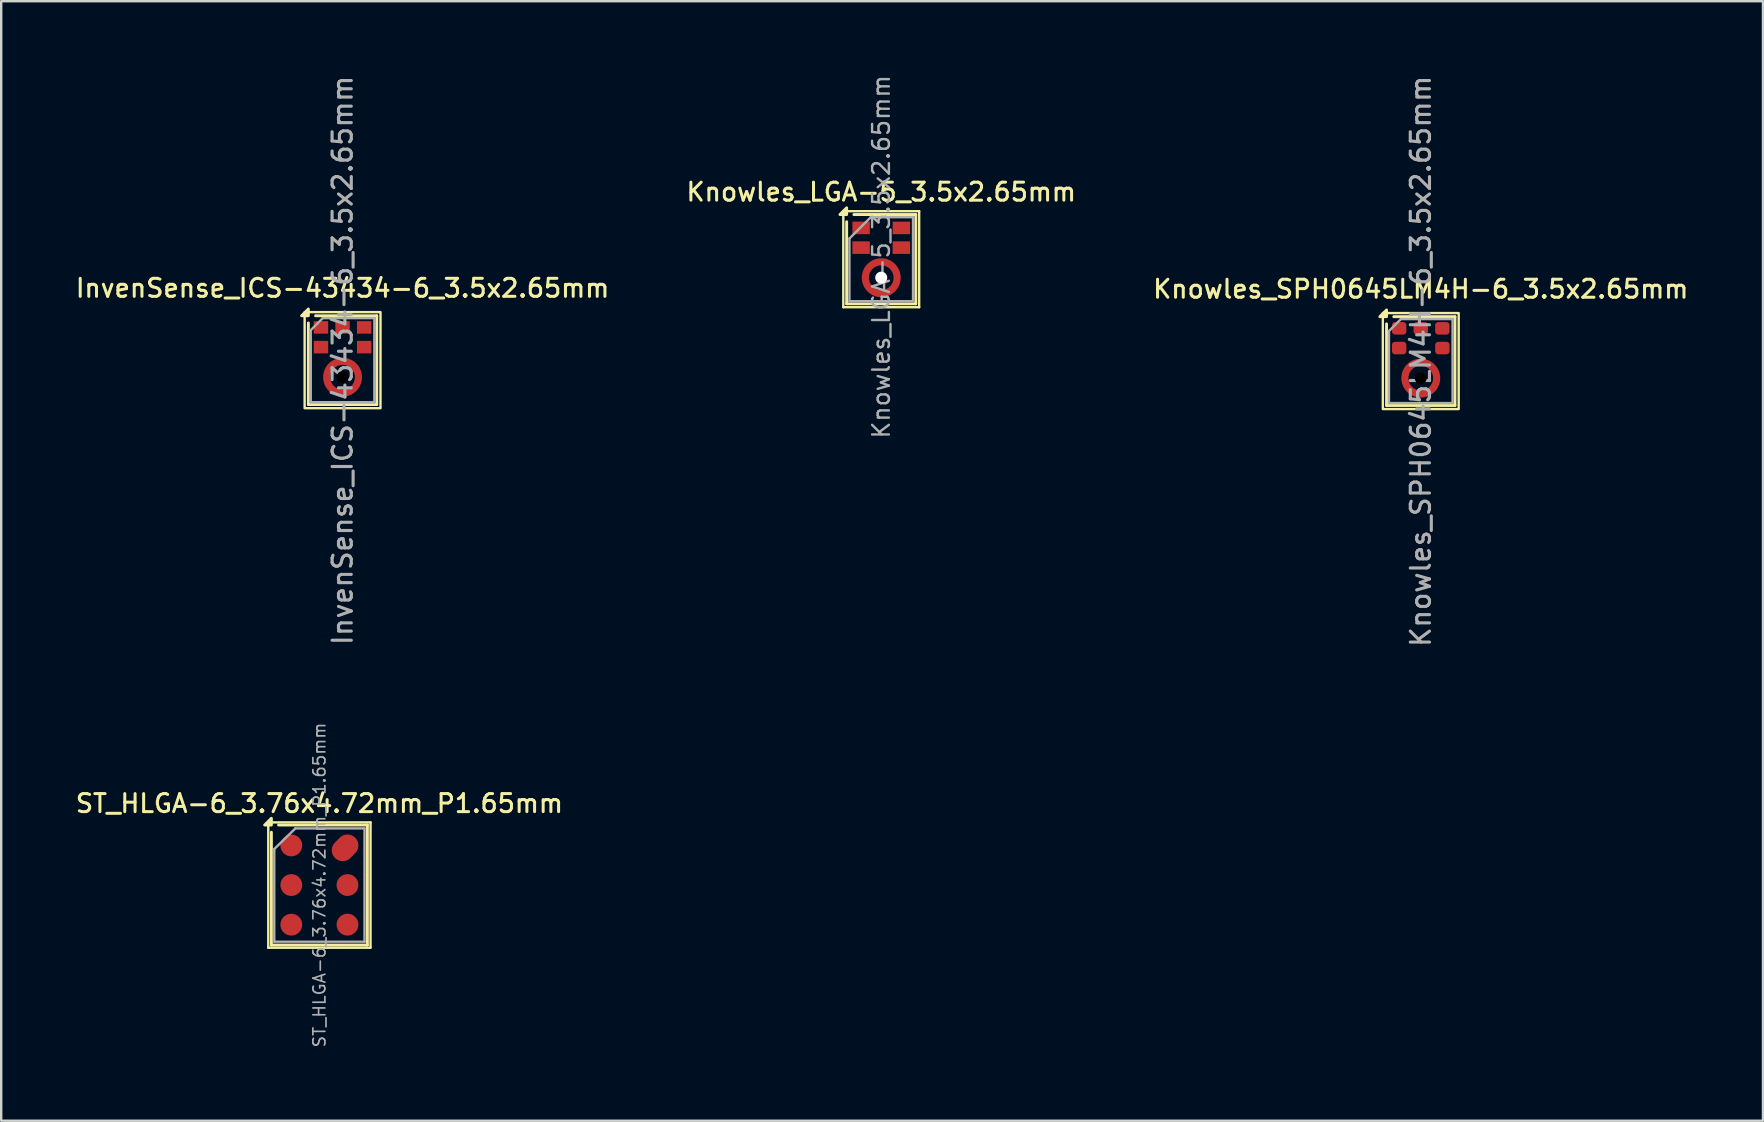
<source format=kicad_pcb>
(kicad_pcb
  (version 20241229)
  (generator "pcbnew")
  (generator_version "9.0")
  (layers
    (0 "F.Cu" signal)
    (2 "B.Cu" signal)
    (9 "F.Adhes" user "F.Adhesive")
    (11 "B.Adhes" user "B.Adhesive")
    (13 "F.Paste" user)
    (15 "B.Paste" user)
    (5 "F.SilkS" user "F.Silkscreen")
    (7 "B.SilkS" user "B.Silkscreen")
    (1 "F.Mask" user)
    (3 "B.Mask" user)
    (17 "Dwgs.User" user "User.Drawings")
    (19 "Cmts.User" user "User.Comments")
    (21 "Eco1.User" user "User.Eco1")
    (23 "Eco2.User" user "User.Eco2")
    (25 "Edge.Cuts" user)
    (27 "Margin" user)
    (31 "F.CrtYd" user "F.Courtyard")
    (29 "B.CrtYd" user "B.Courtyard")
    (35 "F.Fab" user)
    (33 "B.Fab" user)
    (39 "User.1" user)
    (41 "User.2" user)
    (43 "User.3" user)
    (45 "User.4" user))
  (footprint "Knowles_SPH0645LM4H-6_3.5x2.65mm"
    (layer "F.Cu")
    (at 56.134 11.991)
    (property "Reference" "Knowles_SPH0645LM4H-6_3.5x2.65mm" (at 0 -3 0) (unlocked yes) (layer "F.SilkS") (effects (font (size 0.75 0.75) (thickness 0.125))))
    (attr smd)
    (fp_line (start -1.425 1.85) (end -1.425 -1.55) (stroke (width 0.12) (type default)) (layer "F.SilkS"))
    (fp_line (start -1.125 -1.85) (end 1.425 -1.85) (stroke (width 0.12) (type default)) (layer "F.SilkS"))
    (fp_line (start 1.425 -1.85) (end 1.425 1.85) (stroke (width 0.12) (type default)) (layer "F.SilkS"))
    (fp_line (start 1.425 1.85) (end -1.425 1.85) (stroke (width 0.12) (type default)) (layer "F.SilkS"))
    (fp_rect (start -1.58 -2) (end 1.58 2) (stroke (width 0.1) (type solid)) (fill no) (layer "F.SilkS"))
    (fp_poly (pts (xy -1.425 -1.85) (xy -1.705 -1.85) (xy -1.425 -2.13) (xy -1.425 -1.85)) (stroke (width 0.12) (type solid)) (fill yes) (layer "F.SilkS"))
    (fp_poly (pts (xy -0.641 1.209) (xy -0.723 1.08) (xy -0.78 0.937) (xy -0.809 0.787) (xy -0.809 0.633) (xy -0.78 0.483) (xy -0.723 0.34) (xy -0.641 0.211) (xy -0.426 0.425) (xy -0.468 0.501) (xy -0.496 0.582) (xy -0.511 0.667) (xy -0.511 0.753) (xy -0.496 0.838) (xy -0.468 0.919) (xy -0.426 0.995)) (stroke (width 0) (type solid)) (fill yes) (layer "F.Paste"))
    (fp_poly (pts (xy -0.499 0.069) (xy -0.37 -0.013) (xy -0.227 -0.07) (xy -0.077 -0.099) (xy 0.077 -0.099) (xy 0.227 -0.07) (xy 0.37 -0.013) (xy 0.499 0.069) (xy 0.285 0.284) (xy 0.209 0.242) (xy 0.128 0.214) (xy 0.043 0.199) (xy -0.043 0.199) (xy -0.128 0.214) (xy -0.209 0.242) (xy -0.285 0.284)) (stroke (width 0) (type solid)) (fill yes) (layer "F.Paste"))
    (fp_poly (pts (xy 0.499 1.351) (xy 0.37 1.433) (xy 0.227 1.49) (xy 0.077 1.519) (xy -0.077 1.519) (xy -0.227 1.49) (xy -0.37 1.433) (xy -0.499 1.351) (xy -0.285 1.136) (xy -0.209 1.178) (xy -0.128 1.206) (xy -0.043 1.221) (xy 0.043 1.221) (xy 0.128 1.206) (xy 0.209 1.178) (xy 0.285 1.136)) (stroke (width 0) (type solid)) (fill yes) (layer "F.Paste"))
    (fp_poly (pts (xy 0.641 0.211) (xy 0.723 0.34) (xy 0.78 0.483) (xy 0.809 0.633) (xy 0.809 0.787) (xy 0.78 0.937) (xy 0.723 1.08) (xy 0.641 1.209) (xy 0.426 0.995) (xy 0.468 0.919) (xy 0.496 0.838) (xy 0.511 0.753) (xy 0.511 0.667) (xy 0.496 0.582) (xy 0.468 0.501) (xy 0.426 0.425)) (stroke (width 0) (type solid)) (fill yes) (layer "F.Paste"))
    (fp_line (start -1.325 -1.25) (end -1.325 1.75) (stroke (width 0.1) (type solid)) (layer "F.Fab"))
    (fp_line (start -1.325 1.75) (end 1.325 1.75) (stroke (width 0.1) (type solid)) (layer "F.Fab"))
    (fp_line (start -0.825 -1.75) (end -1.325 -1.25) (stroke (width 0.1) (type solid)) (layer "F.Fab"))
    (fp_line (start 1.325 -1.75) (end -0.825 -1.75) (stroke (width 0.1) (type solid)) (layer "F.Fab"))
    (fp_line (start 1.325 1.75) (end 1.325 -1.75) (stroke (width 0.1) (type solid)) (layer "F.Fab"))
    (fp_text user "${REFERENCE}" (at 0 0.01 90) (unlocked yes) (layer "F.Fab") (effects (font (size 0.8 0.8) (thickness 0.13))))
    (pad "" np_thru_hole circle (at 0 0.71) (size 0.5 0.5) (drill 0.5) (layers "*.Mask"))
    (pad "1" smd roundrect (at -0.9 -1.364) (size 0.6 0.522) (layers "F.Cu" "F.Mask" "F.Paste") (roundrect_rratio 0.25))
    (pad "2" smd roundrect (at -0.9 -0.542) (size 0.6 0.522) (layers "F.Cu" "F.Mask" "F.Paste") (roundrect_rratio 0.25))
    (pad "3" smd custom (at 0.662 0.71 90) (size 0.3 0.3) (layers "F.Cu" "F.Mask") (options (anchor circle)) (primitives (gr_circle (center 0 -0.662) (end 0.662 -0.662) (width 0.3) (fill no))))
    (pad "4" smd roundrect (at 0.9 -0.542) (size 0.6 0.522) (layers "F.Cu" "F.Mask" "F.Paste") (roundrect_rratio 0.25))
    (pad "5" smd roundrect (at 0.9 -1.364) (size 0.6 0.522) (layers "F.Cu" "F.Mask" "F.Paste") (roundrect_rratio 0.25))
    (pad "6" smd roundrect (at 0 -1.364) (size 0.6 0.522) (layers "F.Cu" "F.Mask" "F.Paste") (roundrect_rratio 0.25)))
  (footprint "Knowles_LGA-5_3.5x2.65mm"
    (layer "F.Cu")
    (at 33.659 7.747)
    (property "Reference" "Knowles_LGA-5_3.5x2.65mm" (at 0 -2.8 0) (layer "F.SilkS") (effects (font (size 0.75 0.75) (thickness 0.125))))
    (attr smd)
    (fp_line (start -1.58 -2) (end 1.58 -2) (stroke (width 0.1) (type solid)) (layer "F.SilkS"))
    (fp_line (start -1.58 2) (end -1.58 -2) (stroke (width 0.1) (type solid)) (layer "F.SilkS"))
    (fp_line (start -1.44 1.86) (end -1.44 -1.56) (stroke (width 0.12) (type solid)) (layer "F.SilkS"))
    (fp_line (start -1.14 -1.86) (end 1.44 -1.86) (stroke (width 0.12) (type solid)) (layer "F.SilkS"))
    (fp_line (start 1.44 -1.86) (end 1.44 1.86) (stroke (width 0.12) (type solid)) (layer "F.SilkS"))
    (fp_line (start 1.44 1.86) (end -1.44 1.86) (stroke (width 0.12) (type solid)) (layer "F.SilkS"))
    (fp_line (start 1.58 -2) (end 1.58 2) (stroke (width 0.1) (type solid)) (layer "F.SilkS"))
    (fp_line (start 1.58 2) (end -1.58 2) (stroke (width 0.1) (type solid)) (layer "F.SilkS"))
    (fp_poly (pts (xy -1.44 -1.86) (xy -1.72 -1.86) (xy -1.44 -2.14) (xy -1.44 -1.86)) (stroke (width 0.12) (type solid)) (fill yes) (layer "F.SilkS"))
    (fp_arc (start -0.6 0.49) (mid -0.464769 0.298418) (end -0.271239 0.165989) (stroke (width 0.3) (type solid)) (layer "F.Paste"))
    (fp_arc (start -0.28 1.37) (mid -0.471582 1.234769) (end -0.604011 1.041239) (stroke (width 0.3) (type solid)) (layer "F.Paste"))
    (fp_arc (start 0.28 0.17) (mid 0.471401 0.305047) (end 0.603799 0.49829) (stroke (width 0.3) (type solid)) (layer "F.Paste"))
    (fp_arc (start 0.6 1.05) (mid 0.464769 1.241582) (end 0.271239 1.374011) (stroke (width 0.3) (type solid)) (layer "F.Paste"))
    (fp_line (start -1.325 1.75) (end -1.325 -0.86) (stroke (width 0.1) (type solid)) (layer "F.Fab"))
    (fp_line (start -0.435 -1.75) (end -1.325 -0.86) (stroke (width 0.1) (type solid)) (layer "F.Fab"))
    (fp_line (start 1.325 -1.75) (end -0.435 -1.75) (stroke (width 0.1) (type solid)) (layer "F.Fab"))
    (fp_line (start 1.325 -1.75) (end 1.325 1.75) (stroke (width 0.1) (type solid)) (layer "F.Fab"))
    (fp_line (start 1.325 1.75) (end -1.325 1.75) (stroke (width 0.1) (type solid)) (layer "F.Fab"))
    (fp_text user "${REFERENCE}" (at 0 -0.1 90) (layer "F.Fab") (effects (font (size 0.7 0.7) (thickness 0.1))))
    (pad "" np_thru_hole circle (at 0 0.77) (size 0.5 0.5) (drill 0.5) (layers "*.Cu" "*.Mask"))
    (pad "1" smd rect (at -0.838 -1.304) (size 0.725 0.522) (layers "F.Cu" "F.Mask" "F.Paste"))
    (pad "2" smd rect (at -0.838 -0.482) (size 0.725 0.522) (layers "F.Cu" "F.Mask" "F.Paste"))
    (pad "3" smd custom (at 0 1.433) (size 0.3 0.3) (layers "F.Cu" "F.Mask") (options (anchor circle)) (primitives (gr_circle (center 0 -0.662) (end 0.662 -0.662) (width 0.3) (fill no))))
    (pad "4" smd rect (at 0.838 -0.482) (size 0.725 0.522) (layers "F.Cu" "F.Mask" "F.Paste"))
    (pad "5" smd rect (at 0.838 -1.304) (size 0.725 0.522) (layers "F.Cu" "F.Mask" "F.Paste")))
  (footprint "InvenSense_ICS-43434-6_3.5x2.65mm"
    (layer "F.Cu")
    (at 11.22 11.953)
    (property "Reference" "InvenSense_ICS-43434-6_3.5x2.65mm" (at 0 -3 0) (unlocked yes) (layer "F.SilkS") (effects (font (size 0.75 0.75) (thickness 0.125))))
    (attr smd)
    (fp_line (start -1.425 1.85) (end -1.425 -1.55) (stroke (width 0.12) (type default)) (layer "F.SilkS"))
    (fp_line (start -1.125 -1.85) (end 1.425 -1.85) (stroke (width 0.12) (type default)) (layer "F.SilkS"))
    (fp_line (start 1.425 -1.85) (end 1.425 1.85) (stroke (width 0.12) (type default)) (layer "F.SilkS"))
    (fp_line (start 1.425 1.85) (end -1.425 1.85) (stroke (width 0.12) (type default)) (layer "F.SilkS"))
    (fp_rect (start -1.58 -2) (end 1.58 2) (stroke (width 0.1) (type solid)) (fill no) (layer "F.SilkS"))
    (fp_poly (pts (xy -1.425 -1.85) (xy -1.705 -1.85) (xy -1.425 -2.13) (xy -1.425 -1.85)) (stroke (width 0.12) (type solid)) (fill yes) (layer "F.SilkS"))
    (fp_rect (start -1.15 -1.575) (end -0.65 -1.153) (stroke (width 0) (type solid)) (fill yes) (layer "F.Paste"))
    (fp_rect (start -0.65 -0.753) (end -1.15 -0.331) (stroke (width 0) (type solid)) (fill yes) (layer "F.Paste"))
    (fp_rect (start -0.25 -1.575) (end 0.25 -1.153) (stroke (width 0) (type solid)) (fill yes) (layer "F.Paste"))
    (fp_rect (start 0.65 -0.753) (end 1.15 -0.331) (stroke (width 0) (type solid)) (fill yes) (layer "F.Paste"))
    (fp_rect (start 1.15 -1.575) (end 0.65 -1.153) (stroke (width 0) (type solid)) (fill yes) (layer "F.Paste"))
    (fp_poly (pts (xy -0.811 0.66) (xy -0.783 0.494) (xy -0.723 0.338) (xy -0.631 0.198) (xy -0.512 0.079) (xy -0.372 -0.013) (xy -0.215 -0.073) (xy -0.05 -0.101) (xy -0.05 0.15) (xy -0.16 0.171) (xy -0.263 0.213) (xy -0.356 0.275) (xy -0.435 0.354) (xy -0.497 0.447) (xy -0.539 0.55) (xy -0.56 0.66)) (stroke (width 0) (type solid)) (fill yes) (layer "F.Paste"))
    (fp_poly (pts (xy -0.05 1.521) (xy -0.215 1.493) (xy -0.372 1.433) (xy -0.512 1.341) (xy -0.631 1.222) (xy -0.723 1.082) (xy -0.783 0.925) (xy -0.811 0.76) (xy -0.56 0.76) (xy -0.539 0.87) (xy -0.497 0.973) (xy -0.435 1.066) (xy -0.356 1.145) (xy -0.263 1.207) (xy -0.16 1.249) (xy -0.05 1.27)) (stroke (width 0) (type solid)) (fill yes) (layer "F.Paste"))
    (fp_poly (pts (xy 0.05 -0.101) (xy 0.215 -0.073) (xy 0.372 -0.013) (xy 0.512 0.079) (xy 0.631 0.198) (xy 0.723 0.338) (xy 0.783 0.494) (xy 0.811 0.66) (xy 0.56 0.66) (xy 0.539 0.55) (xy 0.497 0.447) (xy 0.435 0.354) (xy 0.356 0.275) (xy 0.263 0.213) (xy 0.16 0.171) (xy 0.05 0.15)) (stroke (width 0) (type solid)) (fill yes) (layer "F.Paste"))
    (fp_poly (pts (xy 0.811 0.76) (xy 0.783 0.925) (xy 0.723 1.082) (xy 0.631 1.222) (xy 0.512 1.341) (xy 0.372 1.433) (xy 0.215 1.493) (xy 0.05 1.521) (xy 0.05 1.27) (xy 0.16 1.249) (xy 0.263 1.207) (xy 0.356 1.145) (xy 0.435 1.066) (xy 0.497 0.973) (xy 0.539 0.87) (xy 0.56 0.76)) (stroke (width 0) (type solid)) (fill yes) (layer "F.Paste"))
    (fp_line (start -1.325 -1.25) (end -1.325 1.75) (stroke (width 0.1) (type solid)) (layer "F.Fab"))
    (fp_line (start -1.325 1.75) (end 1.325 1.75) (stroke (width 0.1) (type solid)) (layer "F.Fab"))
    (fp_line (start -0.825 -1.75) (end -1.325 -1.25) (stroke (width 0.1) (type solid)) (layer "F.Fab"))
    (fp_line (start 1.325 -1.75) (end -0.825 -1.75) (stroke (width 0.1) (type solid)) (layer "F.Fab"))
    (fp_line (start 1.325 1.75) (end 1.325 -1.75) (stroke (width 0.1) (type solid)) (layer "F.Fab"))
    (fp_text user "${REFERENCE}" (at 0 0.01 90) (unlocked yes) (layer "F.Fab") (effects (font (size 0.8 0.8) (thickness 0.13))))
    (pad "" np_thru_hole circle (at 0 0.71) (size 0.5 0.5) (drill 0.5) (layers "*.Mask"))
    (pad "1" smd rect (at -0.9 -1.364) (size 0.6 0.522) (layers "F.Cu" "F.Mask"))
    (pad "2" smd rect (at -0.9 -0.542) (size 0.6 0.522) (layers "F.Cu" "F.Mask"))
    (pad "3" smd custom (at 0.662 0.71 90) (size 0.3 0.3) (layers "F.Cu" "F.Mask") (options (anchor circle)) (primitives (gr_circle (center 0 -0.662) (end 0.662 -0.662) (width 0.3) (fill no))))
    (pad "4" smd rect (at 0.9 -0.542) (size 0.6 0.522) (layers "F.Cu" "F.Mask"))
    (pad "5" smd rect (at 0.9 -1.364) (size 0.6 0.522) (layers "F.Cu" "F.Mask"))
    (pad "6" smd rect (at 0 -1.364) (size 0.6 0.522) (layers "F.Cu" "F.Mask")))
  (footprint "ST_HLGA-6_3.76x4.72mm_P1.65mm"
    (layer "F.Cu")
    (at 10.255 33.818)
    (property "Reference" "ST_HLGA-6_3.76x4.72mm_P1.65mm" (at 0 -3.4 0) (layer "F.SilkS") (effects (font (size 0.75 0.75) (thickness 0.125))))
    (attr smd)
    (fp_line (start -2.13 -2.61) (end 2.13 -2.61) (stroke (width 0.1) (type solid)) (layer "F.SilkS"))
    (fp_line (start -2.13 2.61) (end -2.13 -2.61) (stroke (width 0.1) (type solid)) (layer "F.SilkS"))
    (fp_line (start -2 -2.2) (end -2 2.5) (stroke (width 0.12) (type solid)) (layer "F.SilkS"))
    (fp_line (start 2 -2.5) (end -1.7 -2.5) (stroke (width 0.12) (type solid)) (layer "F.SilkS"))
    (fp_line (start 2 -2.5) (end 2 2.5) (stroke (width 0.12) (type solid)) (layer "F.SilkS"))
    (fp_line (start 2 2.5) (end -2 2.5) (stroke (width 0.12) (type solid)) (layer "F.SilkS"))
    (fp_line (start 2.13 -2.61) (end 2.13 2.61) (stroke (width 0.1) (type solid)) (layer "F.SilkS"))
    (fp_line (start 2.13 2.61) (end -2.13 2.61) (stroke (width 0.1) (type solid)) (layer "F.SilkS"))
    (fp_poly (pts (xy -2 -2.5) (xy -2.28 -2.5) (xy -2 -2.78) (xy -2 -2.5)) (stroke (width 0.12) (type solid)) (fill yes) (layer "F.SilkS"))
    (fp_line (start -1.88 2.36) (end -1.88 -1.5) (stroke (width 0.1) (type solid)) (layer "F.Fab"))
    (fp_line (start -1 -2.36) (end -1.88 -1.5) (stroke (width 0.1) (type solid)) (layer "F.Fab"))
    (fp_line (start -1 -2.36) (end 1.88 -2.36) (stroke (width 0.1) (type solid)) (layer "F.Fab"))
    (fp_line (start 1.88 -2.36) (end 1.88 2.36) (stroke (width 0.1) (type solid)) (layer "F.Fab"))
    (fp_line (start 1.88 2.36) (end -1.88 2.36) (stroke (width 0.1) (type solid)) (layer "F.Fab"))
    (fp_text user "${REFERENCE}" (at 0 0 90) (layer "F.Fab") (effects (font (size 0.5 0.5) (thickness 0.07))))
    (pad "1" smd circle (at -1.17 -1.65) (size 0.91 0.91) (layers "F.Cu" "F.Mask" "F.Paste"))
    (pad "2" smd circle (at -1.17 0) (size 0.91 0.91) (layers "F.Cu" "F.Mask" "F.Paste"))
    (pad "3" smd circle (at -1.17 1.65) (size 0.91 0.91) (layers "F.Cu" "F.Mask" "F.Paste"))
    (pad "4" smd circle (at 1.17 1.65) (size 0.91 0.91) (layers "F.Cu" "F.Mask" "F.Paste"))
    (pad "5" smd circle (at 1.17 0) (size 0.91 0.91) (layers "F.Cu" "F.Mask" "F.Paste"))
    (pad "6" smd oval (at 1.17 -1.65 45) (size 1.193 0.91) (drill (offset -0.141 0)) (layers "F.Cu" "F.Mask" "F.Paste")))
  (gr_rect
    (start -3 -3)
    (end 70.389 43.635)
    (stroke (width 0.1) (type default))
    (fill no)
    (layer "Edge.Cuts")))
</source>
